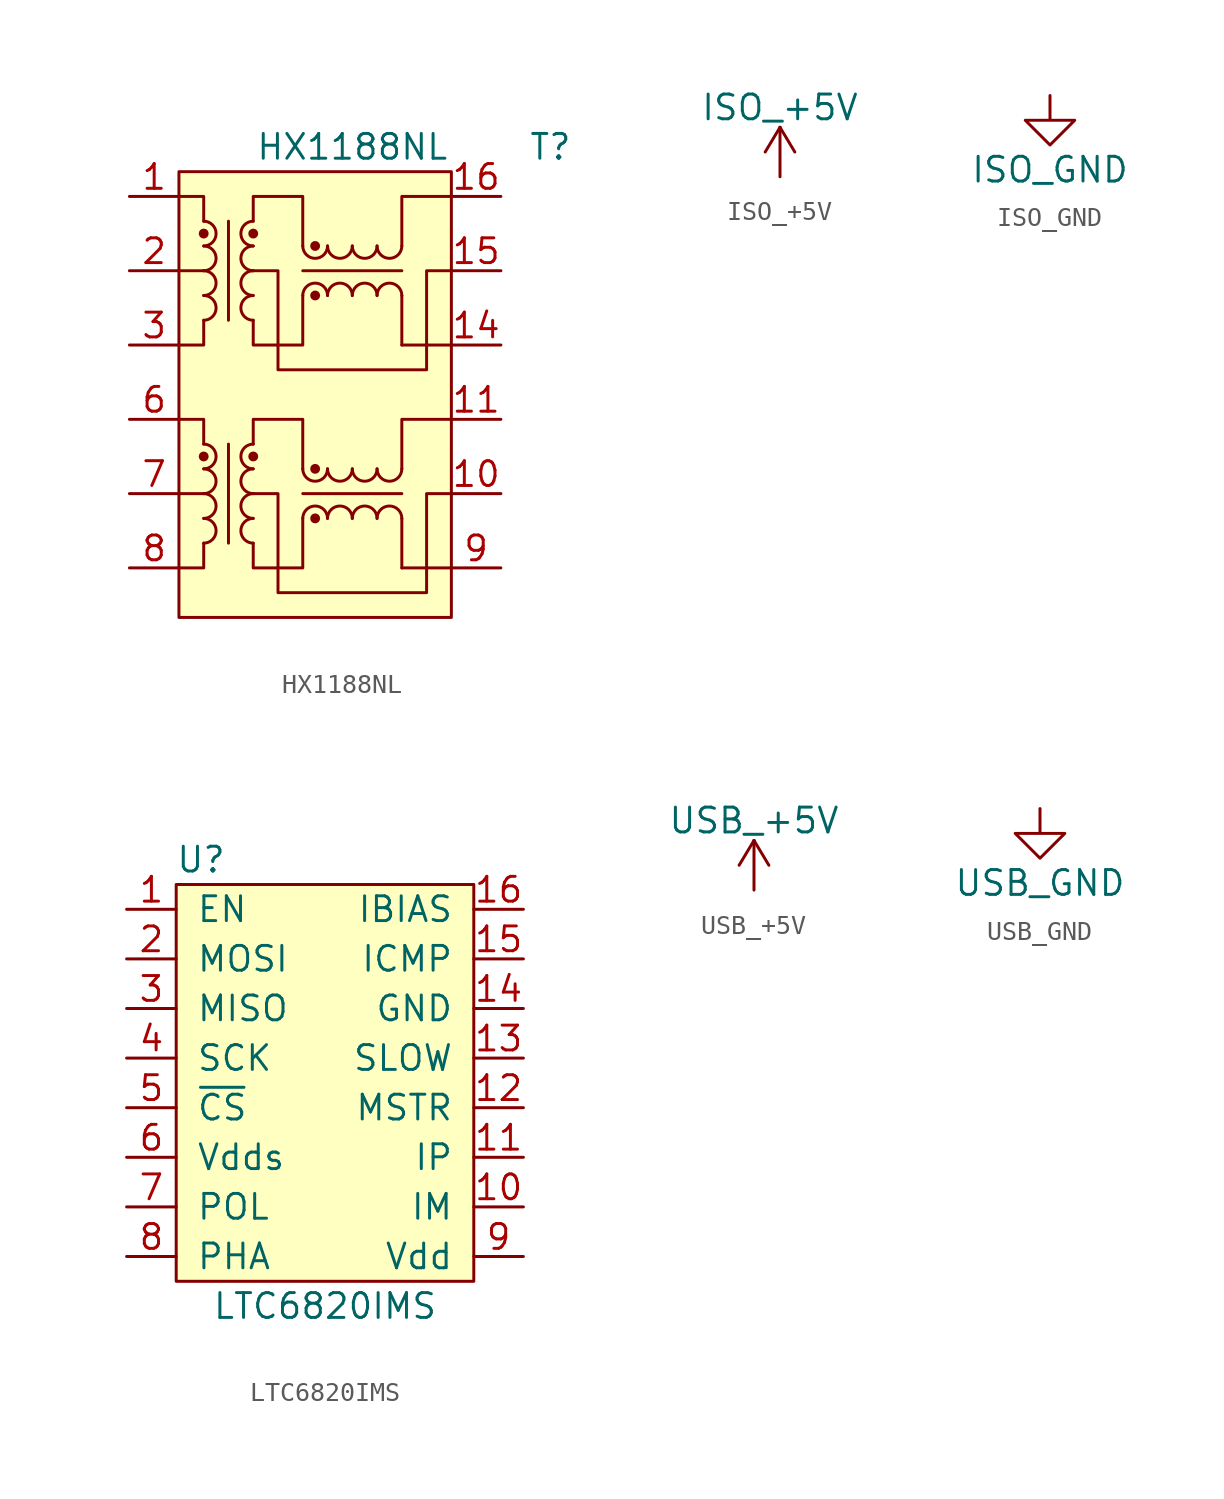
<source format=kicad_sym>
(kicad_symbol_lib
  (version 20211014)
  (generator kicad_symbol_editor)
  (symbol "HX1188NL"
    (pin_names
      (offset 1.016))
    (property "Reference" "T"
      (at 10.16 12.7 0)
      (effects (font (size 1.27 1.27))))
    (property "Value" "HX1188NL"
      (at 0 12.7 0)
      (effects (font (size 1.27 1.27))))
    (symbol "HX1188NL_0_1"
      (rectangle (start -8.89 11.43) (end 5.08 -11.43) (stroke (width 0) (type default) (color 0 0 0 0)) (fill (type background)))
      (arc (start -7.62 6.35) (mid -6.985 6.985) (end -7.62 7.62) (stroke (width 0) (type default) (color 0 0 0 0)) (fill (type none)))
      (arc (start -7.62 7.62) (mid -6.985 8.255) (end -7.62 8.89) (stroke (width 0) (type default) (color 0 0 0 0)) (fill (type none)))
      (circle (center -7.62 8.255) (radius 0.178) (stroke (width 0) (type default) (color 0 0 0 0)) (fill (type outline)))
      (circle (center -5.08 8.255) (radius 0.178) (stroke (width 0) (type default) (color 0 0 0 0)) (fill (type outline)))
      (polyline (pts (xy -7.62 6.35) (xy -8.89 6.35)) (stroke (width 0) (type default) (color 0 0 0 0)) (fill (type none)))
      (polyline (pts (xy -6.35 8.89) (xy -6.35 3.81)) (stroke (width 0) (type default) (color 0 0 0 0)) (fill (type none)))
      (polyline (pts (xy 2.54 2.54) (xy 5.08 2.54)) (stroke (width 0) (type default) (color 0 0 0 0)) (fill (type none)))
      (polyline (pts (xy 2.54 5.08) (xy 2.54 2.54)) (stroke (width 0) (type default) (color 0 0 0 0)) (fill (type none)))
      (polyline (pts (xy -7.62 3.81) (xy -7.62 2.54) (xy -8.89 2.54)) (stroke (width 0) (type default) (color 0 0 0 0)) (fill (type none)))
      (polyline (pts (xy -7.62 8.89) (xy -7.62 10.16) (xy -8.89 10.16)) (stroke (width 0) (type default) (color 0 0 0 0)) (fill (type none)))
      (polyline (pts (xy 2.54 7.62) (xy 2.54 10.16) (xy 5.08 10.16)) (stroke (width 0) (type default) (color 0 0 0 0)) (fill (type none)))
      (polyline (pts (xy -5.08 3.81) (xy -5.08 2.54) (xy -2.54 2.54) (xy -2.54 5.08)) (stroke (width 0) (type default) (color 0 0 0 0)) (fill (type none)))
      (polyline (pts (xy -5.08 8.89) (xy -5.08 10.16) (xy -2.54 10.16) (xy -2.54 7.62)) (stroke (width 0) (type default) (color 0 0 0 0)) (fill (type none)))
      (polyline (pts (xy 5.08 6.35) (xy 3.81 6.35) (xy 3.81 1.27) (xy -3.81 1.27) (xy -3.81 6.35) (xy -5.08 6.35)) (stroke (width 0) (type default) (color 0 0 0 0)) (fill (type none))))
    (symbol "HX1188NL_1_1"
      (arc (start -7.62 -7.62) (mid -6.985 -6.985) (end -7.62 -6.35) (stroke (width 0) (type default) (color 0 0 0 0)) (fill (type none)))
      (arc (start -7.62 -6.35) (mid -6.985 -5.715) (end -7.62 -5.08) (stroke (width 0) (type default) (color 0 0 0 0)) (fill (type none)))
      (arc (start -7.62 -5.08) (mid -6.985 -4.445) (end -7.62 -3.81) (stroke (width 0) (type default) (color 0 0 0 0)) (fill (type none)))
      (arc (start -7.62 -3.81) (mid -6.985 -3.175) (end -7.62 -2.54) (stroke (width 0) (type default) (color 0 0 0 0)) (fill (type none)))
      (circle (center -7.62 -3.175) (radius 0.178) (stroke (width 0) (type default) (color 0 0 0 0)) (fill (type outline)))
      (arc (start -7.62 3.81) (mid -6.985 4.445) (end -7.62 5.08) (stroke (width 0) (type default) (color 0 0 0 0)) (fill (type none)))
      (arc (start -7.62 5.08) (mid -6.985 5.715) (end -7.62 6.35) (stroke (width 0) (type default) (color 0 0 0 0)) (fill (type none)))
      (arc (start -5.08 -6.35) (mid -5.715 -6.985) (end -5.08 -7.62) (stroke (width 0) (type default) (color 0 0 0 0)) (fill (type none)))
      (arc (start -5.08 -5.08) (mid -5.715 -5.715) (end -5.08 -6.35) (stroke (width 0) (type default) (color 0 0 0 0)) (fill (type none)))
      (arc (start -5.08 -3.81) (mid -5.715 -4.445) (end -5.08 -5.08) (stroke (width 0) (type default) (color 0 0 0 0)) (fill (type none)))
      (circle (center -5.08 -3.175) (radius 0.178) (stroke (width 0) (type default) (color 0 0 0 0)) (fill (type outline)))
      (arc (start -5.08 -2.54) (mid -5.715 -3.175) (end -5.08 -3.81) (stroke (width 0) (type default) (color 0 0 0 0)) (fill (type none)))
      (arc (start -5.08 5.08) (mid -5.715 4.445) (end -5.08 3.81) (stroke (width 0) (type default) (color 0 0 0 0)) (fill (type none)))
      (arc (start -5.08 6.35) (mid -5.715 5.715) (end -5.08 5.08) (stroke (width 0) (type default) (color 0 0 0 0)) (fill (type none)))
      (arc (start -5.08 7.62) (mid -5.715 6.985) (end -5.08 6.35) (stroke (width 0) (type default) (color 0 0 0 0)) (fill (type none)))
      (arc (start -5.08 8.89) (mid -5.715 8.255) (end -5.08 7.62) (stroke (width 0) (type default) (color 0 0 0 0)) (fill (type none)))
      (arc (start -2.54 -3.81) (mid -1.905 -4.445) (end -1.27 -3.81) (stroke (width 0) (type default) (color 0 0 0 0)) (fill (type none)))
      (arc (start -2.54 7.62) (mid -1.905 6.985) (end -1.27 7.62) (stroke (width 0) (type default) (color 0 0 0 0)) (fill (type none)))
      (circle (center -1.905 -6.35) (radius 0.178) (stroke (width 0) (type default) (color 0 0 0 0)) (fill (type outline)))
      (circle (center -1.905 -3.81) (radius 0.178) (stroke (width 0) (type default) (color 0 0 0 0)) (fill (type outline)))
      (circle (center -1.905 5.08) (radius 0.178) (stroke (width 0) (type default) (color 0 0 0 0)) (fill (type outline)))
      (circle (center -1.905 7.62) (radius 0.178) (stroke (width 0) (type default) (color 0 0 0 0)) (fill (type outline)))
      (arc (start -1.27 -6.35) (mid -1.905 -5.715) (end -2.54 -6.35) (stroke (width 0) (type default) (color 0 0 0 0)) (fill (type none)))
      (arc (start -1.27 -3.81) (mid -0.635 -4.445) (end 0 -3.81) (stroke (width 0) (type default) (color 0 0 0 0)) (fill (type none)))
      (arc (start -1.27 5.08) (mid -1.905 5.715) (end -2.54 5.08) (stroke (width 0) (type default) (color 0 0 0 0)) (fill (type none)))
      (arc (start -1.27 7.62) (mid -0.635 6.985) (end 0 7.62) (stroke (width 0) (type default) (color 0 0 0 0)) (fill (type none)))
      (arc (start 0 -6.35) (mid -0.635 -5.715) (end -1.27 -6.35) (stroke (width 0) (type default) (color 0 0 0 0)) (fill (type none)))
      (arc (start 0 -3.81) (mid 0.635 -4.445) (end 1.27 -3.81) (stroke (width 0) (type default) (color 0 0 0 0)) (fill (type none)))
      (polyline (pts (xy -7.62 -5.08) (xy -8.89 -5.08)) (stroke (width 0) (type default) (color 0 0 0 0)) (fill (type none)))
      (polyline (pts (xy -6.35 -2.54) (xy -6.35 -7.62)) (stroke (width 0) (type default) (color 0 0 0 0)) (fill (type none)))
      (polyline (pts (xy -2.54 -5.08) (xy 2.54 -5.08)) (stroke (width 0) (type default) (color 0 0 0 0)) (fill (type none)))
      (polyline (pts (xy -2.54 6.35) (xy 2.54 6.35)) (stroke (width 0) (type default) (color 0 0 0 0)) (fill (type none)))
      (polyline (pts (xy 2.54 -8.89) (xy 5.08 -8.89)) (stroke (width 0) (type default) (color 0 0 0 0)) (fill (type none)))
      (polyline (pts (xy 2.54 -6.35) (xy 2.54 -8.89)) (stroke (width 0) (type default) (color 0 0 0 0)) (fill (type none)))
      (polyline (pts (xy -7.62 -7.62) (xy -7.62 -8.89) (xy -8.89 -8.89)) (stroke (width 0) (type default) (color 0 0 0 0)) (fill (type none)))
      (polyline (pts (xy -7.62 -2.54) (xy -7.62 -1.27) (xy -8.89 -1.27)) (stroke (width 0) (type default) (color 0 0 0 0)) (fill (type none)))
      (polyline (pts (xy 2.54 -3.81) (xy 2.54 -1.27) (xy 5.08 -1.27)) (stroke (width 0) (type default) (color 0 0 0 0)) (fill (type none)))
      (polyline (pts (xy -5.08 -7.62) (xy -5.08 -8.89) (xy -2.54 -8.89) (xy -2.54 -6.35)) (stroke (width 0) (type default) (color 0 0 0 0)) (fill (type none)))
      (polyline (pts (xy -5.08 -2.54) (xy -5.08 -1.27) (xy -2.54 -1.27) (xy -2.54 -3.81)) (stroke (width 0) (type default) (color 0 0 0 0)) (fill (type none)))
      (polyline (pts (xy 5.08 -5.08) (xy 3.81 -5.08) (xy 3.81 -10.16) (xy -3.81 -10.16) (xy -3.81 -5.08) (xy -5.08 -5.08)) (stroke (width 0) (type default) (color 0 0 0 0)) (fill (type none)))
      (arc (start 0 5.08) (mid -0.635 5.715) (end -1.27 5.08) (stroke (width 0) (type default) (color 0 0 0 0)) (fill (type none)))
      (arc (start 0 7.62) (mid 0.635 6.985) (end 1.27 7.62) (stroke (width 0) (type default) (color 0 0 0 0)) (fill (type none)))
      (arc (start 1.27 -6.35) (mid 0.635 -5.715) (end 0 -6.35) (stroke (width 0) (type default) (color 0 0 0 0)) (fill (type none)))
      (arc (start 1.27 -3.81) (mid 1.905 -4.445) (end 2.54 -3.81) (stroke (width 0) (type default) (color 0 0 0 0)) (fill (type none)))
      (arc (start 1.27 5.08) (mid 0.635 5.715) (end 0 5.08) (stroke (width 0) (type default) (color 0 0 0 0)) (fill (type none)))
      (arc (start 1.27 7.62) (mid 1.905 6.985) (end 2.54 7.62) (stroke (width 0) (type default) (color 0 0 0 0)) (fill (type none)))
      (arc (start 2.54 -6.35) (mid 1.905 -5.715) (end 1.27 -6.35) (stroke (width 0) (type default) (color 0 0 0 0)) (fill (type none)))
      (arc (start 2.54 5.08) (mid 1.905 5.715) (end 1.27 5.08) (stroke (width 0) (type default) (color 0 0 0 0)) (fill (type none)))
      (pin input line (at -11.43 10.16 0) (length 2.54) (name "~" (effects (font (size 1.27 1.27)))) (number "1" (effects (font (size 1.27 1.27)))))
      (pin input line (at 7.62 -5.08 180) (length 2.54) (name "~" (effects (font (size 1.27 1.27)))) (number "10" (effects (font (size 1.27 1.27)))))
      (pin input line (at 7.62 -1.27 180) (length 2.54) (name "~" (effects (font (size 1.27 1.27)))) (number "11" (effects (font (size 1.27 1.27)))))
      (pin input line (at 7.62 2.54 180) (length 2.54) (name "~" (effects (font (size 1.27 1.27)))) (number "14" (effects (font (size 1.27 1.27)))))
      (pin input line (at 7.62 6.35 180) (length 2.54) (name "~" (effects (font (size 1.27 1.27)))) (number "15" (effects (font (size 1.27 1.27)))))
      (pin input line (at 7.62 10.16 180) (length 2.54) (name "~" (effects (font (size 1.27 1.27)))) (number "16" (effects (font (size 1.27 1.27)))))
      (pin input line (at -11.43 6.35 0) (length 2.54) (name "~" (effects (font (size 1.27 1.27)))) (number "2" (effects (font (size 1.27 1.27)))))
      (pin input line (at -11.43 2.54 0) (length 2.54) (name "~" (effects (font (size 1.27 1.27)))) (number "3" (effects (font (size 1.27 1.27)))))
      (pin input line (at -11.43 -1.27 0) (length 2.54) (name "~" (effects (font (size 1.27 1.27)))) (number "6" (effects (font (size 1.27 1.27)))))
      (pin input line (at -11.43 -5.08 0) (length 2.54) (name "~" (effects (font (size 1.27 1.27)))) (number "7" (effects (font (size 1.27 1.27)))))
      (pin input line (at -11.43 -8.89 0) (length 2.54) (name "~" (effects (font (size 1.27 1.27)))) (number "8" (effects (font (size 1.27 1.27)))))
      (pin input line (at 7.62 -8.89 180) (length 2.54) (name "~" (effects (font (size 1.27 1.27)))) (number "9" (effects (font (size 1.27 1.27)))))))
  (symbol "ISO_+5V"
    (power)
    (pin_names
      (offset 0))
    (property "Reference" "#PWR"
      (at 0 -3.81 0)
      (effects (font (size 1.27 1.27)) hide))
    (property "Value" "ISO_+5V"
      (at 0 3.556 0)
      (effects (font (size 1.27 1.27))))
    (symbol "ISO_+5V_0_1"
      (polyline (pts (xy -0.762 1.27) (xy 0 2.54)) (stroke (width 0) (type default) (color 0 0 0 0)) (fill (type none)))
      (polyline (pts (xy 0 0) (xy 0 2.54)) (stroke (width 0) (type default) (color 0 0 0 0)) (fill (type none)))
      (polyline (pts (xy 0 2.54) (xy 0.762 1.27)) (stroke (width 0) (type default) (color 0 0 0 0)) (fill (type none))))
    (symbol "ISO_+5V_1_1"
      (pin power_in line (at 0 0 90) (length 0) hide (name "ISO_+5V" (effects (font (size 1.27 1.27)))) (number "1" (effects (font (size 1.27 1.27)))))))
  (symbol "ISO_GND"
    (power)
    (pin_names
      (offset 0))
    (property "Reference" "#PWR"
      (at 0 -6.35 0)
      (effects (font (size 1.27 1.27)) hide))
    (property "Value" "ISO_GND"
      (at 0 -3.81 0)
      (effects (font (size 1.27 1.27))))
    (symbol "ISO_GND_0_1"
      (polyline (pts (xy 0 0) (xy 0 -1.27) (xy 1.27 -1.27) (xy 0 -2.54) (xy -1.27 -1.27) (xy 0 -1.27)) (stroke (width 0) (type default) (color 0 0 0 0)) (fill (type none))))
    (symbol "ISO_GND_1_1"
      (pin power_in line (at 0 0 270) (length 0) hide (name "ISO_GND" (effects (font (size 1.27 1.27)))) (number "1" (effects (font (size 1.27 1.27)))))))
  (symbol "LTC6820IMS"
    (pin_names
      (offset 1.016))
    (property "Reference" "U"
      (at -6.35 11.43 0)
      (effects (font (size 1.27 1.27))))
    (property "Value" "LTC6820IMS"
      (at 0 -11.43 0)
      (effects (font (size 1.27 1.27))))
    (symbol "LTC6820IMS_0_1"
      (rectangle (start -7.62 10.16) (end 7.62 -10.16) (stroke (width 0) (type default) (color 0 0 0 0)) (fill (type background))))
    (symbol "LTC6820IMS_1_1"
      (pin input line (at -10.16 8.89 0) (length 2.54) (name "EN" (effects (font (size 1.27 1.27)))) (number "1" (effects (font (size 1.27 1.27)))))
      (pin input line (at 10.16 -6.35 180) (length 2.54) (name "IM" (effects (font (size 1.27 1.27)))) (number "10" (effects (font (size 1.27 1.27)))))
      (pin input line (at 10.16 -3.81 180) (length 2.54) (name "IP" (effects (font (size 1.27 1.27)))) (number "11" (effects (font (size 1.27 1.27)))))
      (pin input line (at 10.16 -1.27 180) (length 2.54) (name "MSTR" (effects (font (size 1.27 1.27)))) (number "12" (effects (font (size 1.27 1.27)))))
      (pin input line (at 10.16 1.27 180) (length 2.54) (name "SLOW" (effects (font (size 1.27 1.27)))) (number "13" (effects (font (size 1.27 1.27)))))
      (pin power_in line (at 10.16 3.81 180) (length 2.54) (name "GND" (effects (font (size 1.27 1.27)))) (number "14" (effects (font (size 1.27 1.27)))))
      (pin input line (at 10.16 6.35 180) (length 2.54) (name "ICMP" (effects (font (size 1.27 1.27)))) (number "15" (effects (font (size 1.27 1.27)))))
      (pin input line (at 10.16 8.89 180) (length 2.54) (name "IBIAS" (effects (font (size 1.27 1.27)))) (number "16" (effects (font (size 1.27 1.27)))))
      (pin input line (at -10.16 6.35 0) (length 2.54) (name "MOSI" (effects (font (size 1.27 1.27)))) (number "2" (effects (font (size 1.27 1.27)))))
      (pin output line (at -10.16 3.81 0) (length 2.54) (name "MISO" (effects (font (size 1.27 1.27)))) (number "3" (effects (font (size 1.27 1.27)))))
      (pin input line (at -10.16 1.27 0) (length 2.54) (name "SCK" (effects (font (size 1.27 1.27)))) (number "4" (effects (font (size 1.27 1.27)))))
      (pin input line (at -10.16 -1.27 0) (length 2.54) (name "~{CS}" (effects (font (size 1.27 1.27)))) (number "5" (effects (font (size 1.27 1.27)))))
      (pin power_in line (at -10.16 -3.81 0) (length 2.54) (name "Vdds" (effects (font (size 1.27 1.27)))) (number "6" (effects (font (size 1.27 1.27)))))
      (pin input line (at -10.16 -6.35 0) (length 2.54) (name "POL" (effects (font (size 1.27 1.27)))) (number "7" (effects (font (size 1.27 1.27)))))
      (pin input line (at -10.16 -8.89 0) (length 2.54) (name "PHA" (effects (font (size 1.27 1.27)))) (number "8" (effects (font (size 1.27 1.27)))))
      (pin power_in line (at 10.16 -8.89 180) (length 2.54) (name "Vdd" (effects (font (size 1.27 1.27)))) (number "9" (effects (font (size 1.27 1.27)))))))
  (symbol "USB_+5V"
    (power)
    (pin_names
      (offset 0))
    (property "Reference" "#PWR"
      (at 0 -3.81 0)
      (effects (font (size 1.27 1.27)) hide))
    (property "Value" "USB_+5V"
      (at 0 3.556 0)
      (effects (font (size 1.27 1.27))))
    (symbol "USB_+5V_0_1"
      (polyline (pts (xy -0.762 1.27) (xy 0 2.54)) (stroke (width 0) (type default) (color 0 0 0 0)) (fill (type none)))
      (polyline (pts (xy 0 0) (xy 0 2.54)) (stroke (width 0) (type default) (color 0 0 0 0)) (fill (type none)))
      (polyline (pts (xy 0 2.54) (xy 0.762 1.27)) (stroke (width 0) (type default) (color 0 0 0 0)) (fill (type none))))
    (symbol "USB_+5V_1_1"
      (pin power_in line (at 0 0 90) (length 0) hide (name "USB_+5V" (effects (font (size 1.27 1.27)))) (number "1" (effects (font (size 1.27 1.27)))))))
  (symbol "USB_GND"
    (power)
    (pin_names
      (offset 0))
    (property "Reference" "#PWR"
      (at 0 -6.35 0)
      (effects (font (size 1.27 1.27)) hide))
    (property "Value" "USB_GND"
      (at 0 -3.81 0)
      (effects (font (size 1.27 1.27))))
    (symbol "USB_GND_0_1"
      (polyline (pts (xy 0 0) (xy 0 -1.27) (xy 1.27 -1.27) (xy 0 -2.54) (xy -1.27 -1.27) (xy 0 -1.27)) (stroke (width 0) (type default) (color 0 0 0 0)) (fill (type none))))
    (symbol "USB_GND_1_1"
      (pin power_in line (at 0 0 270) (length 0) hide (name "USB_GND" (effects (font (size 1.27 1.27)))) (number "1" (effects (font (size 1.27 1.27))))))))
</source>
